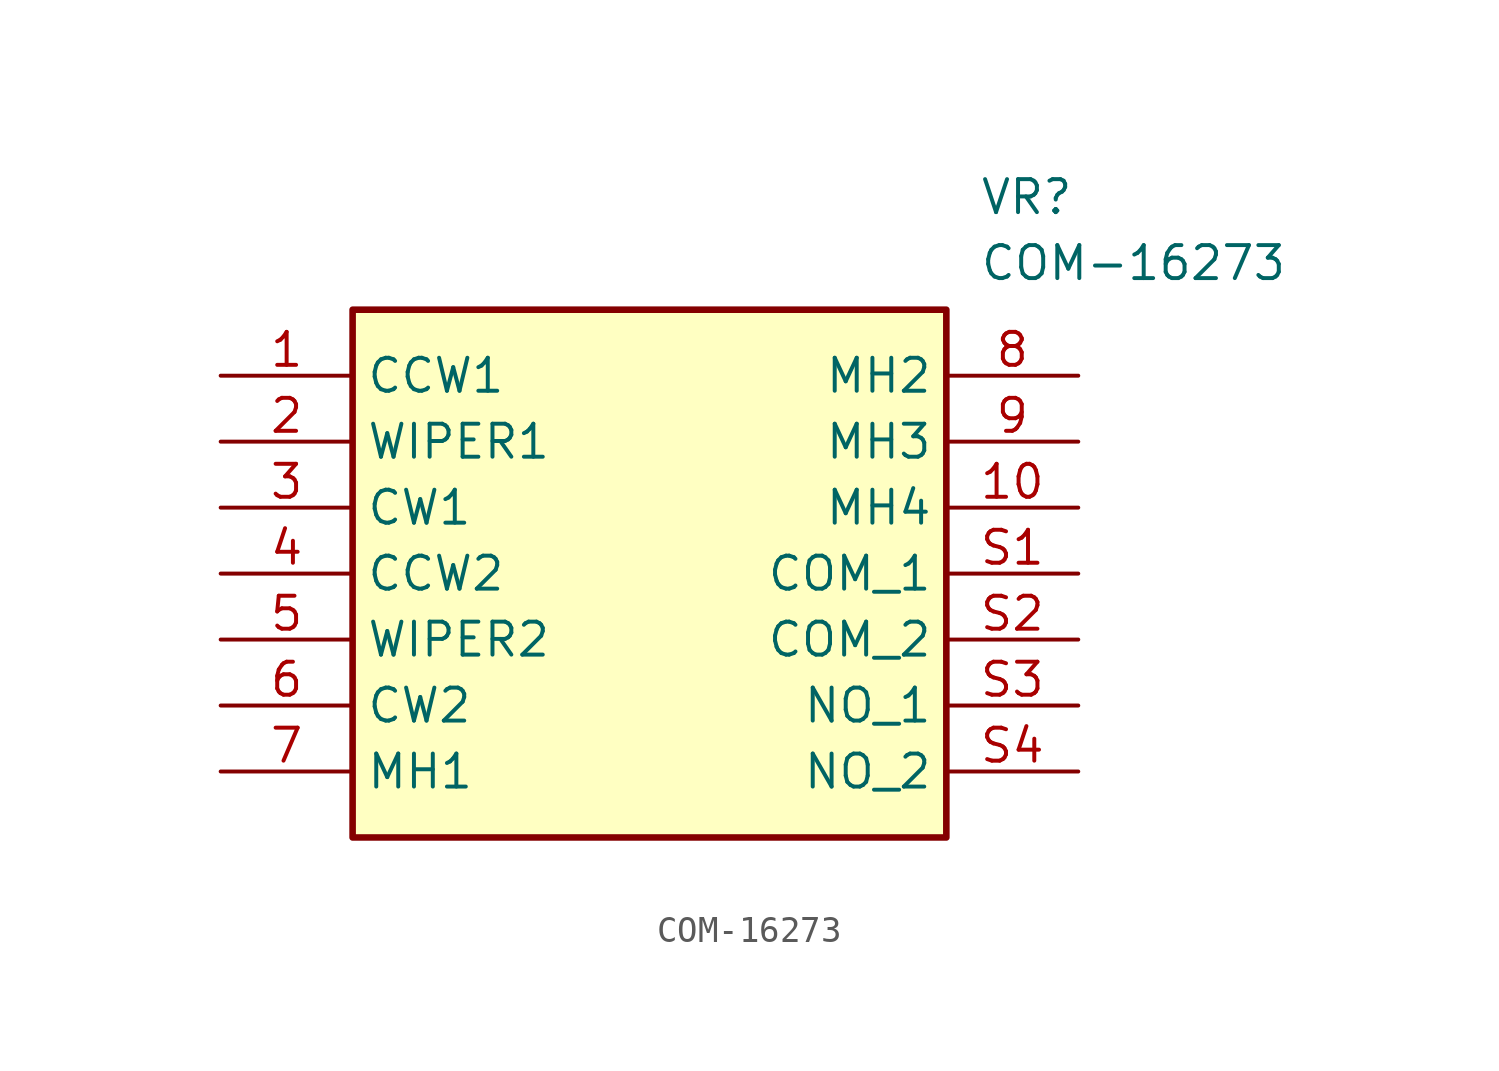
<source format=kicad_sym>
(kicad_symbol_lib
  (version 20211014)
  (generator SamacSys_ECAD_Model)
  (symbol "COM-16273"
    (property "Reference" "VR"
      (at 29.21 7.62 0)
      (effects (font (size 1.27 1.27)) (justify left top)))
    (property "Value" "COM-16273"
      (at 29.21 5.08 0)
      (effects (font (size 1.27 1.27)) (justify left top)))
    (rectangle
      (start 5.08 2.54)
      (end 27.94 -17.78)
      (stroke (width 0.254) (type default))
      (fill (type background)))
    (pin passive line
      (at 0 0 0)
      (length 5.08)
      (name "CCW1" (effects (font (size 1.27 1.27))))
      (number "1" (effects (font (size 1.27 1.27)))))
    (pin passive line
      (at 0 -2.54 0)
      (length 5.08)
      (name "WIPER1" (effects (font (size 1.27 1.27))))
      (number "2" (effects (font (size 1.27 1.27)))))
    (pin passive line
      (at 0 -5.08 0)
      (length 5.08)
      (name "CW1" (effects (font (size 1.27 1.27))))
      (number "3" (effects (font (size 1.27 1.27)))))
    (pin passive line
      (at 0 -7.62 0)
      (length 5.08)
      (name "CCW2" (effects (font (size 1.27 1.27))))
      (number "4" (effects (font (size 1.27 1.27)))))
    (pin passive line
      (at 0 -10.16 0)
      (length 5.08)
      (name "WIPER2" (effects (font (size 1.27 1.27))))
      (number "5" (effects (font (size 1.27 1.27)))))
    (pin passive line
      (at 0 -12.7 0)
      (length 5.08)
      (name "CW2" (effects (font (size 1.27 1.27))))
      (number "6" (effects (font (size 1.27 1.27)))))
    (pin passive line
      (at 0 -15.24 0)
      (length 5.08)
      (name "MH1" (effects (font (size 1.27 1.27))))
      (number "7" (effects (font (size 1.27 1.27)))))
    (pin passive line
      (at 33.02 0 180)
      (length 5.08)
      (name "MH2" (effects (font (size 1.27 1.27))))
      (number "8" (effects (font (size 1.27 1.27)))))
    (pin passive line
      (at 33.02 -2.54 180)
      (length 5.08)
      (name "MH3" (effects (font (size 1.27 1.27))))
      (number "9" (effects (font (size 1.27 1.27)))))
    (pin passive line
      (at 33.02 -5.08 180)
      (length 5.08)
      (name "MH4" (effects (font (size 1.27 1.27))))
      (number "10" (effects (font (size 1.27 1.27)))))
    (pin passive line
      (at 33.02 -7.62 180)
      (length 5.08)
      (name "COM_1" (effects (font (size 1.27 1.27))))
      (number "S1" (effects (font (size 1.27 1.27)))))
    (pin passive line
      (at 33.02 -10.16 180)
      (length 5.08)
      (name "COM_2" (effects (font (size 1.27 1.27))))
      (number "S2" (effects (font (size 1.27 1.27)))))
    (pin passive line
      (at 33.02 -12.7 180)
      (length 5.08)
      (name "NO_1" (effects (font (size 1.27 1.27))))
      (number "S3" (effects (font (size 1.27 1.27)))))
    (pin passive line
      (at 33.02 -15.24 180)
      (length 5.08)
      (name "NO_2" (effects (font (size 1.27 1.27))))
      (number "S4" (effects (font (size 1.27 1.27)))))))
</source>
